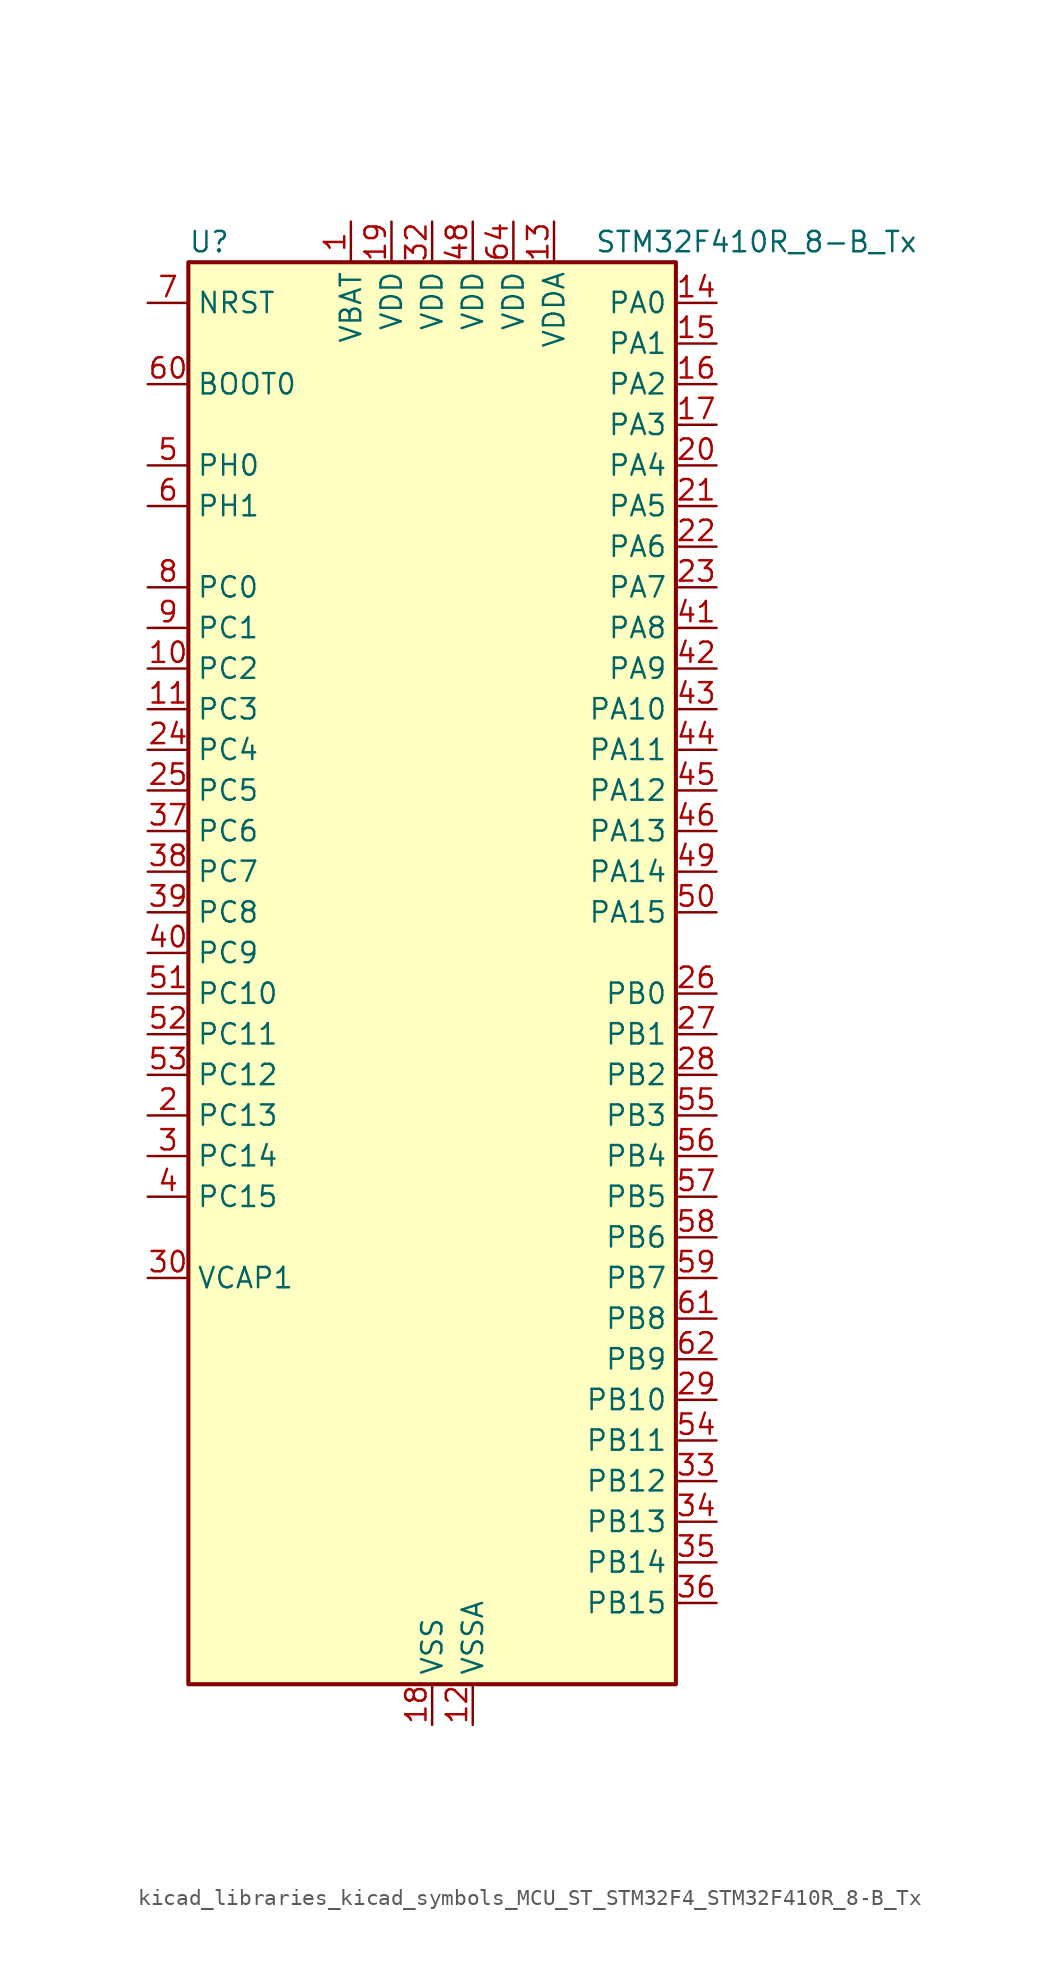
<source format=kicad_sym>
(kicad_symbol_lib
  (version 20220914)
  (generator kicad_symbol_editor)
  (symbol "kicad_libraries_kicad_symbols_MCU_ST_STM32F4_STM32F410R_8-B_Tx"
    (property "Reference" "U"
      (at -15.24 46.99 0)
      (effects (font (size 1.27 1.27)) (justify left)))
    (property "Value" "STM32F410R_8-B_Tx"
      (at 10.16 46.99 0)
      (effects (font (size 1.27 1.27)) (justify left)))
    (property "ki_locked" ""
      (at 0 0 0)
      (effects (font (size 1.27 1.27))))
    (symbol "kicad_libraries_kicad_symbols_MCU_ST_STM32F4_STM32F410R_8-B_Tx_0_1"
      (rectangle (start -15.24 -43.18) (end 15.24 45.72) (stroke (width 0.254) (type default)) (fill (type background))))
    (symbol "kicad_libraries_kicad_symbols_MCU_ST_STM32F4_STM32F410R_8-B_Tx_1_1"
      (pin power_in line (at -5.08 48.26 270) (length 2.54) (name "VBAT" (effects (font (size 1.27 1.27)))) (number "1" (effects (font (size 1.27 1.27)))))
      (pin bidirectional line (at -17.78 20.32 0) (length 2.54) (name "PC2" (effects (font (size 1.27 1.27)))) (number "10" (effects (font (size 1.27 1.27)))) (alternate "ADC1_IN12" bidirectional line) (alternate "LPTIM1_IN2" bidirectional line) (alternate "SPI2_MISO" bidirectional line))
      (pin bidirectional line (at -17.78 17.78 0) (length 2.54) (name "PC3" (effects (font (size 1.27 1.27)))) (number "11" (effects (font (size 1.27 1.27)))) (alternate "ADC1_IN13" bidirectional line) (alternate "I2S2_SD" bidirectional line) (alternate "LPTIM1_ETR" bidirectional line) (alternate "SPI2_MOSI" bidirectional line))
      (pin power_in line (at 2.54 -45.72 90) (length 2.54) (name "VSSA" (effects (font (size 1.27 1.27)))) (number "12" (effects (font (size 1.27 1.27)))))
      (pin power_in line (at 7.62 48.26 270) (length 2.54) (name "VDDA" (effects (font (size 1.27 1.27)))) (number "13" (effects (font (size 1.27 1.27)))))
      (pin bidirectional line (at 17.78 43.18 180) (length 2.54) (name "PA0" (effects (font (size 1.27 1.27)))) (number "14" (effects (font (size 1.27 1.27)))) (alternate "ADC1_IN0" bidirectional line) (alternate "SYS_WKUP1" bidirectional line) (alternate "TIM5_CH1" bidirectional line) (alternate "USART2_CTS" bidirectional line))
      (pin bidirectional line (at 17.78 40.64 180) (length 2.54) (name "PA1" (effects (font (size 1.27 1.27)))) (number "15" (effects (font (size 1.27 1.27)))) (alternate "ADC1_IN1" bidirectional line) (alternate "TIM5_CH2" bidirectional line) (alternate "USART2_RTS" bidirectional line))
      (pin bidirectional line (at 17.78 38.1 180) (length 2.54) (name "PA2" (effects (font (size 1.27 1.27)))) (number "16" (effects (font (size 1.27 1.27)))) (alternate "ADC1_IN2" bidirectional line) (alternate "I2S_CKIN" bidirectional line) (alternate "TIM5_CH3" bidirectional line) (alternate "TIM9_CH1" bidirectional line) (alternate "USART2_TX" bidirectional line))
      (pin bidirectional line (at 17.78 35.56 180) (length 2.54) (name "PA3" (effects (font (size 1.27 1.27)))) (number "17" (effects (font (size 1.27 1.27)))) (alternate "ADC1_IN3" bidirectional line) (alternate "I2S2_MCK" bidirectional line) (alternate "TIM5_CH4" bidirectional line) (alternate "TIM9_CH2" bidirectional line) (alternate "USART2_RX" bidirectional line))
      (pin power_in line (at 0 -45.72 90) (length 2.54) (name "VSS" (effects (font (size 1.27 1.27)))) (number "18" (effects (font (size 1.27 1.27)))))
      (pin power_in line (at -2.54 48.26 270) (length 2.54) (name "VDD" (effects (font (size 1.27 1.27)))) (number "19" (effects (font (size 1.27 1.27)))))
      (pin bidirectional line (at -17.78 -7.62 0) (length 2.54) (name "PC13" (effects (font (size 1.27 1.27)))) (number "2" (effects (font (size 1.27 1.27)))) (alternate "RTC_AF1" bidirectional line))
      (pin bidirectional line (at 17.78 33.02 180) (length 2.54) (name "PA4" (effects (font (size 1.27 1.27)))) (number "20" (effects (font (size 1.27 1.27)))) (alternate "ADC1_IN4" bidirectional line) (alternate "I2S1_WS" bidirectional line) (alternate "SPI1_NSS" bidirectional line) (alternate "USART2_CK" bidirectional line))
      (pin bidirectional line (at 17.78 30.48 180) (length 2.54) (name "PA5" (effects (font (size 1.27 1.27)))) (number "21" (effects (font (size 1.27 1.27)))) (alternate "ADC1_IN5" bidirectional line) (alternate "DAC_OUT1" bidirectional line) (alternate "I2S1_CK" bidirectional line) (alternate "SPI1_SCK" bidirectional line))
      (pin bidirectional line (at 17.78 27.94 180) (length 2.54) (name "PA6" (effects (font (size 1.27 1.27)))) (number "22" (effects (font (size 1.27 1.27)))) (alternate "ADC1_IN6" bidirectional line) (alternate "I2S2_MCK" bidirectional line) (alternate "SPI1_MISO" bidirectional line) (alternate "TIM1_BKIN" bidirectional line))
      (pin bidirectional line (at 17.78 25.4 180) (length 2.54) (name "PA7" (effects (font (size 1.27 1.27)))) (number "23" (effects (font (size 1.27 1.27)))) (alternate "ADC1_IN7" bidirectional line) (alternate "I2S1_SD" bidirectional line) (alternate "SPI1_MOSI" bidirectional line) (alternate "TIM1_CH1N" bidirectional line))
      (pin bidirectional line (at -17.78 15.24 0) (length 2.54) (name "PC4" (effects (font (size 1.27 1.27)))) (number "24" (effects (font (size 1.27 1.27)))) (alternate "ADC1_IN14" bidirectional line) (alternate "TIM9_CH1" bidirectional line))
      (pin bidirectional line (at -17.78 12.7 0) (length 2.54) (name "PC5" (effects (font (size 1.27 1.27)))) (number "25" (effects (font (size 1.27 1.27)))) (alternate "ADC1_IN15" bidirectional line) (alternate "FMPI2C1_SMBA" bidirectional line) (alternate "TIM9_CH2" bidirectional line))
      (pin bidirectional line (at 17.78 0 180) (length 2.54) (name "PB0" (effects (font (size 1.27 1.27)))) (number "26" (effects (font (size 1.27 1.27)))) (alternate "ADC1_IN8" bidirectional line) (alternate "I2S5_CK" bidirectional line) (alternate "SPI5_SCK" bidirectional line) (alternate "TIM1_CH2N" bidirectional line))
      (pin bidirectional line (at 17.78 -2.54 180) (length 2.54) (name "PB1" (effects (font (size 1.27 1.27)))) (number "27" (effects (font (size 1.27 1.27)))) (alternate "ADC1_IN9" bidirectional line) (alternate "I2S5_WS" bidirectional line) (alternate "SPI5_NSS" bidirectional line) (alternate "TIM1_CH3N" bidirectional line))
      (pin bidirectional line (at 17.78 -5.08 180) (length 2.54) (name "PB2" (effects (font (size 1.27 1.27)))) (number "28" (effects (font (size 1.27 1.27)))) (alternate "LPTIM1_OUT" bidirectional line))
      (pin bidirectional line (at 17.78 -25.4 180) (length 2.54) (name "PB10" (effects (font (size 1.27 1.27)))) (number "29" (effects (font (size 1.27 1.27)))) (alternate "FMPI2C1_SCL" bidirectional line) (alternate "I2C2_SCL" bidirectional line) (alternate "I2S1_MCK" bidirectional line) (alternate "I2S2_CK" bidirectional line) (alternate "SPI2_SCK" bidirectional line))
      (pin bidirectional line (at -17.78 -10.16 0) (length 2.54) (name "PC14" (effects (font (size 1.27 1.27)))) (number "3" (effects (font (size 1.27 1.27)))) (alternate "RCC_OSC32_IN" bidirectional line))
      (pin power_out line (at -17.78 -17.78 0) (length 2.54) (name "VCAP1" (effects (font (size 1.27 1.27)))) (number "30" (effects (font (size 1.27 1.27)))))
      (pin passive line (at 0 -45.72 90) (length 2.54) hide (name "VSS" (effects (font (size 1.27 1.27)))) (number "31" (effects (font (size 1.27 1.27)))))
      (pin power_in line (at 0 48.26 270) (length 2.54) (name "VDD" (effects (font (size 1.27 1.27)))) (number "32" (effects (font (size 1.27 1.27)))))
      (pin bidirectional line (at 17.78 -30.48 180) (length 2.54) (name "PB12" (effects (font (size 1.27 1.27)))) (number "33" (effects (font (size 1.27 1.27)))) (alternate "I2C2_SMBA" bidirectional line) (alternate "I2S2_WS" bidirectional line) (alternate "SPI2_NSS" bidirectional line) (alternate "TIM1_BKIN" bidirectional line) (alternate "TIM5_CH1" bidirectional line))
      (pin bidirectional line (at 17.78 -33.02 180) (length 2.54) (name "PB13" (effects (font (size 1.27 1.27)))) (number "34" (effects (font (size 1.27 1.27)))) (alternate "FMPI2C1_SMBA" bidirectional line) (alternate "I2S2_CK" bidirectional line) (alternate "SPI2_SCK" bidirectional line) (alternate "TIM1_CH1N" bidirectional line))
      (pin bidirectional line (at 17.78 -35.56 180) (length 2.54) (name "PB14" (effects (font (size 1.27 1.27)))) (number "35" (effects (font (size 1.27 1.27)))) (alternate "FMPI2C1_SDA" bidirectional line) (alternate "SPI2_MISO" bidirectional line) (alternate "TIM1_CH2N" bidirectional line))
      (pin bidirectional line (at 17.78 -38.1 180) (length 2.54) (name "PB15" (effects (font (size 1.27 1.27)))) (number "36" (effects (font (size 1.27 1.27)))) (alternate "ADC1_EXTI15" bidirectional line) (alternate "FMPI2C1_SCL" bidirectional line) (alternate "I2S2_SD" bidirectional line) (alternate "RTC_REFIN" bidirectional line) (alternate "SPI2_MOSI" bidirectional line) (alternate "TIM1_CH3N" bidirectional line))
      (pin bidirectional line (at -17.78 10.16 0) (length 2.54) (name "PC6" (effects (font (size 1.27 1.27)))) (number "37" (effects (font (size 1.27 1.27)))) (alternate "FMPI2C1_SCL" bidirectional line) (alternate "I2S2_MCK" bidirectional line) (alternate "SYS_TRACECLK" bidirectional line) (alternate "USART6_TX" bidirectional line))
      (pin bidirectional line (at -17.78 7.62 0) (length 2.54) (name "PC7" (effects (font (size 1.27 1.27)))) (number "38" (effects (font (size 1.27 1.27)))) (alternate "FMPI2C1_SDA" bidirectional line) (alternate "I2S1_MCK" bidirectional line) (alternate "I2S2_CK" bidirectional line) (alternate "SPI2_SCK" bidirectional line) (alternate "USART6_RX" bidirectional line))
      (pin bidirectional line (at -17.78 5.08 0) (length 2.54) (name "PC8" (effects (font (size 1.27 1.27)))) (number "39" (effects (font (size 1.27 1.27)))) (alternate "USART6_CK" bidirectional line))
      (pin bidirectional line (at -17.78 -12.7 0) (length 2.54) (name "PC15" (effects (font (size 1.27 1.27)))) (number "4" (effects (font (size 1.27 1.27)))) (alternate "ADC1_EXTI15" bidirectional line) (alternate "RCC_OSC32_OUT" bidirectional line))
      (pin bidirectional line (at -17.78 2.54 0) (length 2.54) (name "PC9" (effects (font (size 1.27 1.27)))) (number "40" (effects (font (size 1.27 1.27)))) (alternate "DAC_EXTI9" bidirectional line) (alternate "FMPI2C1_SDA" bidirectional line) (alternate "I2S_CKIN" bidirectional line) (alternate "RCC_MCO_2" bidirectional line))
      (pin bidirectional line (at 17.78 22.86 180) (length 2.54) (name "PA8" (effects (font (size 1.27 1.27)))) (number "41" (effects (font (size 1.27 1.27)))) (alternate "FMPI2C1_SCL" bidirectional line) (alternate "RCC_MCO_1" bidirectional line) (alternate "TIM1_CH1" bidirectional line) (alternate "USART1_CK" bidirectional line))
      (pin bidirectional line (at 17.78 20.32 180) (length 2.54) (name "PA9" (effects (font (size 1.27 1.27)))) (number "42" (effects (font (size 1.27 1.27)))) (alternate "DAC_EXTI9" bidirectional line) (alternate "TIM1_CH2" bidirectional line) (alternate "USART1_TX" bidirectional line))
      (pin bidirectional line (at 17.78 17.78 180) (length 2.54) (name "PA10" (effects (font (size 1.27 1.27)))) (number "43" (effects (font (size 1.27 1.27)))) (alternate "I2S5_SD" bidirectional line) (alternate "SPI5_MOSI" bidirectional line) (alternate "TIM1_CH3" bidirectional line) (alternate "USART1_RX" bidirectional line))
      (pin bidirectional line (at 17.78 15.24 180) (length 2.54) (name "PA11" (effects (font (size 1.27 1.27)))) (number "44" (effects (font (size 1.27 1.27)))) (alternate "ADC1_EXTI11" bidirectional line) (alternate "TIM1_CH4" bidirectional line) (alternate "USART1_CTS" bidirectional line) (alternate "USART6_TX" bidirectional line))
      (pin bidirectional line (at 17.78 12.7 180) (length 2.54) (name "PA12" (effects (font (size 1.27 1.27)))) (number "45" (effects (font (size 1.27 1.27)))) (alternate "SPI5_MISO" bidirectional line) (alternate "TIM1_ETR" bidirectional line) (alternate "USART1_RTS" bidirectional line) (alternate "USART6_RX" bidirectional line))
      (pin bidirectional line (at 17.78 10.16 180) (length 2.54) (name "PA13" (effects (font (size 1.27 1.27)))) (number "46" (effects (font (size 1.27 1.27)))) (alternate "SYS_JTMS-SWDIO" bidirectional line))
      (pin passive line (at 0 -45.72 90) (length 2.54) hide (name "VSS" (effects (font (size 1.27 1.27)))) (number "47" (effects (font (size 1.27 1.27)))))
      (pin power_in line (at 2.54 48.26 270) (length 2.54) (name "VDD" (effects (font (size 1.27 1.27)))) (number "48" (effects (font (size 1.27 1.27)))))
      (pin bidirectional line (at 17.78 7.62 180) (length 2.54) (name "PA14" (effects (font (size 1.27 1.27)))) (number "49" (effects (font (size 1.27 1.27)))) (alternate "SYS_JTCK-SWCLK" bidirectional line))
      (pin bidirectional line (at -17.78 33.02 0) (length 2.54) (name "PH0" (effects (font (size 1.27 1.27)))) (number "5" (effects (font (size 1.27 1.27)))) (alternate "RCC_OSC_IN" bidirectional line))
      (pin bidirectional line (at 17.78 5.08 180) (length 2.54) (name "PA15" (effects (font (size 1.27 1.27)))) (number "50" (effects (font (size 1.27 1.27)))) (alternate "ADC1_EXTI15" bidirectional line) (alternate "I2S1_WS" bidirectional line) (alternate "SPI1_NSS" bidirectional line) (alternate "SYS_JTDI" bidirectional line) (alternate "USART1_TX" bidirectional line))
      (pin bidirectional line (at -17.78 0 0) (length 2.54) (name "PC10" (effects (font (size 1.27 1.27)))) (number "51" (effects (font (size 1.27 1.27)))) (alternate "SYS_TRACED0" bidirectional line) (alternate "TIM5_CH2" bidirectional line))
      (pin bidirectional line (at -17.78 -2.54 0) (length 2.54) (name "PC11" (effects (font (size 1.27 1.27)))) (number "52" (effects (font (size 1.27 1.27)))) (alternate "ADC1_EXTI11" bidirectional line) (alternate "SYS_TRACED1" bidirectional line) (alternate "TIM5_CH3" bidirectional line))
      (pin bidirectional line (at -17.78 -5.08 0) (length 2.54) (name "PC12" (effects (font (size 1.27 1.27)))) (number "53" (effects (font (size 1.27 1.27)))) (alternate "SYS_TRACED2" bidirectional line) (alternate "TIM11_CH1" bidirectional line))
      (pin bidirectional line (at 17.78 -27.94 180) (length 2.54) (name "PB11" (effects (font (size 1.27 1.27)))) (number "54" (effects (font (size 1.27 1.27)))) (alternate "ADC1_EXTI11" bidirectional line) (alternate "I2C2_SDA" bidirectional line) (alternate "I2S_CKIN" bidirectional line) (alternate "SYS_TRACED3" bidirectional line) (alternate "TIM5_CH4" bidirectional line))
      (pin bidirectional line (at 17.78 -7.62 180) (length 2.54) (name "PB3" (effects (font (size 1.27 1.27)))) (number "55" (effects (font (size 1.27 1.27)))) (alternate "FMPI2C1_SDA" bidirectional line) (alternate "I2C2_SDA" bidirectional line) (alternate "I2S1_CK" bidirectional line) (alternate "SPI1_SCK" bidirectional line) (alternate "SYS_JTDO-SWO" bidirectional line) (alternate "USART1_RX" bidirectional line))
      (pin bidirectional line (at 17.78 -10.16 180) (length 2.54) (name "PB4" (effects (font (size 1.27 1.27)))) (number "56" (effects (font (size 1.27 1.27)))) (alternate "SPI1_MISO" bidirectional line) (alternate "SYS_JTRST" bidirectional line))
      (pin bidirectional line (at 17.78 -12.7 180) (length 2.54) (name "PB5" (effects (font (size 1.27 1.27)))) (number "57" (effects (font (size 1.27 1.27)))) (alternate "I2C1_SMBA" bidirectional line) (alternate "I2S1_SD" bidirectional line) (alternate "LPTIM1_IN1" bidirectional line) (alternate "SPI1_MOSI" bidirectional line))
      (pin bidirectional line (at 17.78 -15.24 180) (length 2.54) (name "PB6" (effects (font (size 1.27 1.27)))) (number "58" (effects (font (size 1.27 1.27)))) (alternate "I2C1_SCL" bidirectional line) (alternate "LPTIM1_ETR" bidirectional line) (alternate "USART1_TX" bidirectional line))
      (pin bidirectional line (at 17.78 -17.78 180) (length 2.54) (name "PB7" (effects (font (size 1.27 1.27)))) (number "59" (effects (font (size 1.27 1.27)))) (alternate "I2C1_SDA" bidirectional line) (alternate "LPTIM1_IN2" bidirectional line) (alternate "USART1_RX" bidirectional line))
      (pin bidirectional line (at -17.78 30.48 0) (length 2.54) (name "PH1" (effects (font (size 1.27 1.27)))) (number "6" (effects (font (size 1.27 1.27)))) (alternate "RCC_OSC_OUT" bidirectional line))
      (pin input line (at -17.78 38.1 0) (length 2.54) (name "BOOT0" (effects (font (size 1.27 1.27)))) (number "60" (effects (font (size 1.27 1.27)))))
      (pin bidirectional line (at 17.78 -20.32 180) (length 2.54) (name "PB8" (effects (font (size 1.27 1.27)))) (number "61" (effects (font (size 1.27 1.27)))) (alternate "I2C1_SCL" bidirectional line) (alternate "I2S5_SD" bidirectional line) (alternate "LPTIM1_OUT" bidirectional line) (alternate "SPI5_MOSI" bidirectional line))
      (pin bidirectional line (at 17.78 -22.86 180) (length 2.54) (name "PB9" (effects (font (size 1.27 1.27)))) (number "62" (effects (font (size 1.27 1.27)))) (alternate "DAC_EXTI9" bidirectional line) (alternate "I2C1_SDA" bidirectional line) (alternate "I2C2_SDA" bidirectional line) (alternate "I2S2_WS" bidirectional line) (alternate "SPI2_NSS" bidirectional line) (alternate "TIM11_CH1" bidirectional line))
      (pin passive line (at 0 -45.72 90) (length 2.54) hide (name "VSS" (effects (font (size 1.27 1.27)))) (number "63" (effects (font (size 1.27 1.27)))))
      (pin power_in line (at 5.08 48.26 270) (length 2.54) (name "VDD" (effects (font (size 1.27 1.27)))) (number "64" (effects (font (size 1.27 1.27)))))
      (pin input line (at -17.78 43.18 0) (length 2.54) (name "NRST" (effects (font (size 1.27 1.27)))) (number "7" (effects (font (size 1.27 1.27)))))
      (pin bidirectional line (at -17.78 25.4 0) (length 2.54) (name "PC0" (effects (font (size 1.27 1.27)))) (number "8" (effects (font (size 1.27 1.27)))) (alternate "ADC1_IN10" bidirectional line) (alternate "LPTIM1_IN1" bidirectional line) (alternate "SYS_WKUP2" bidirectional line))
      (pin bidirectional line (at -17.78 22.86 0) (length 2.54) (name "PC1" (effects (font (size 1.27 1.27)))) (number "9" (effects (font (size 1.27 1.27)))) (alternate "ADC1_IN11" bidirectional line) (alternate "LPTIM1_OUT" bidirectional line) (alternate "SYS_WKUP3" bidirectional line)))))
</source>
